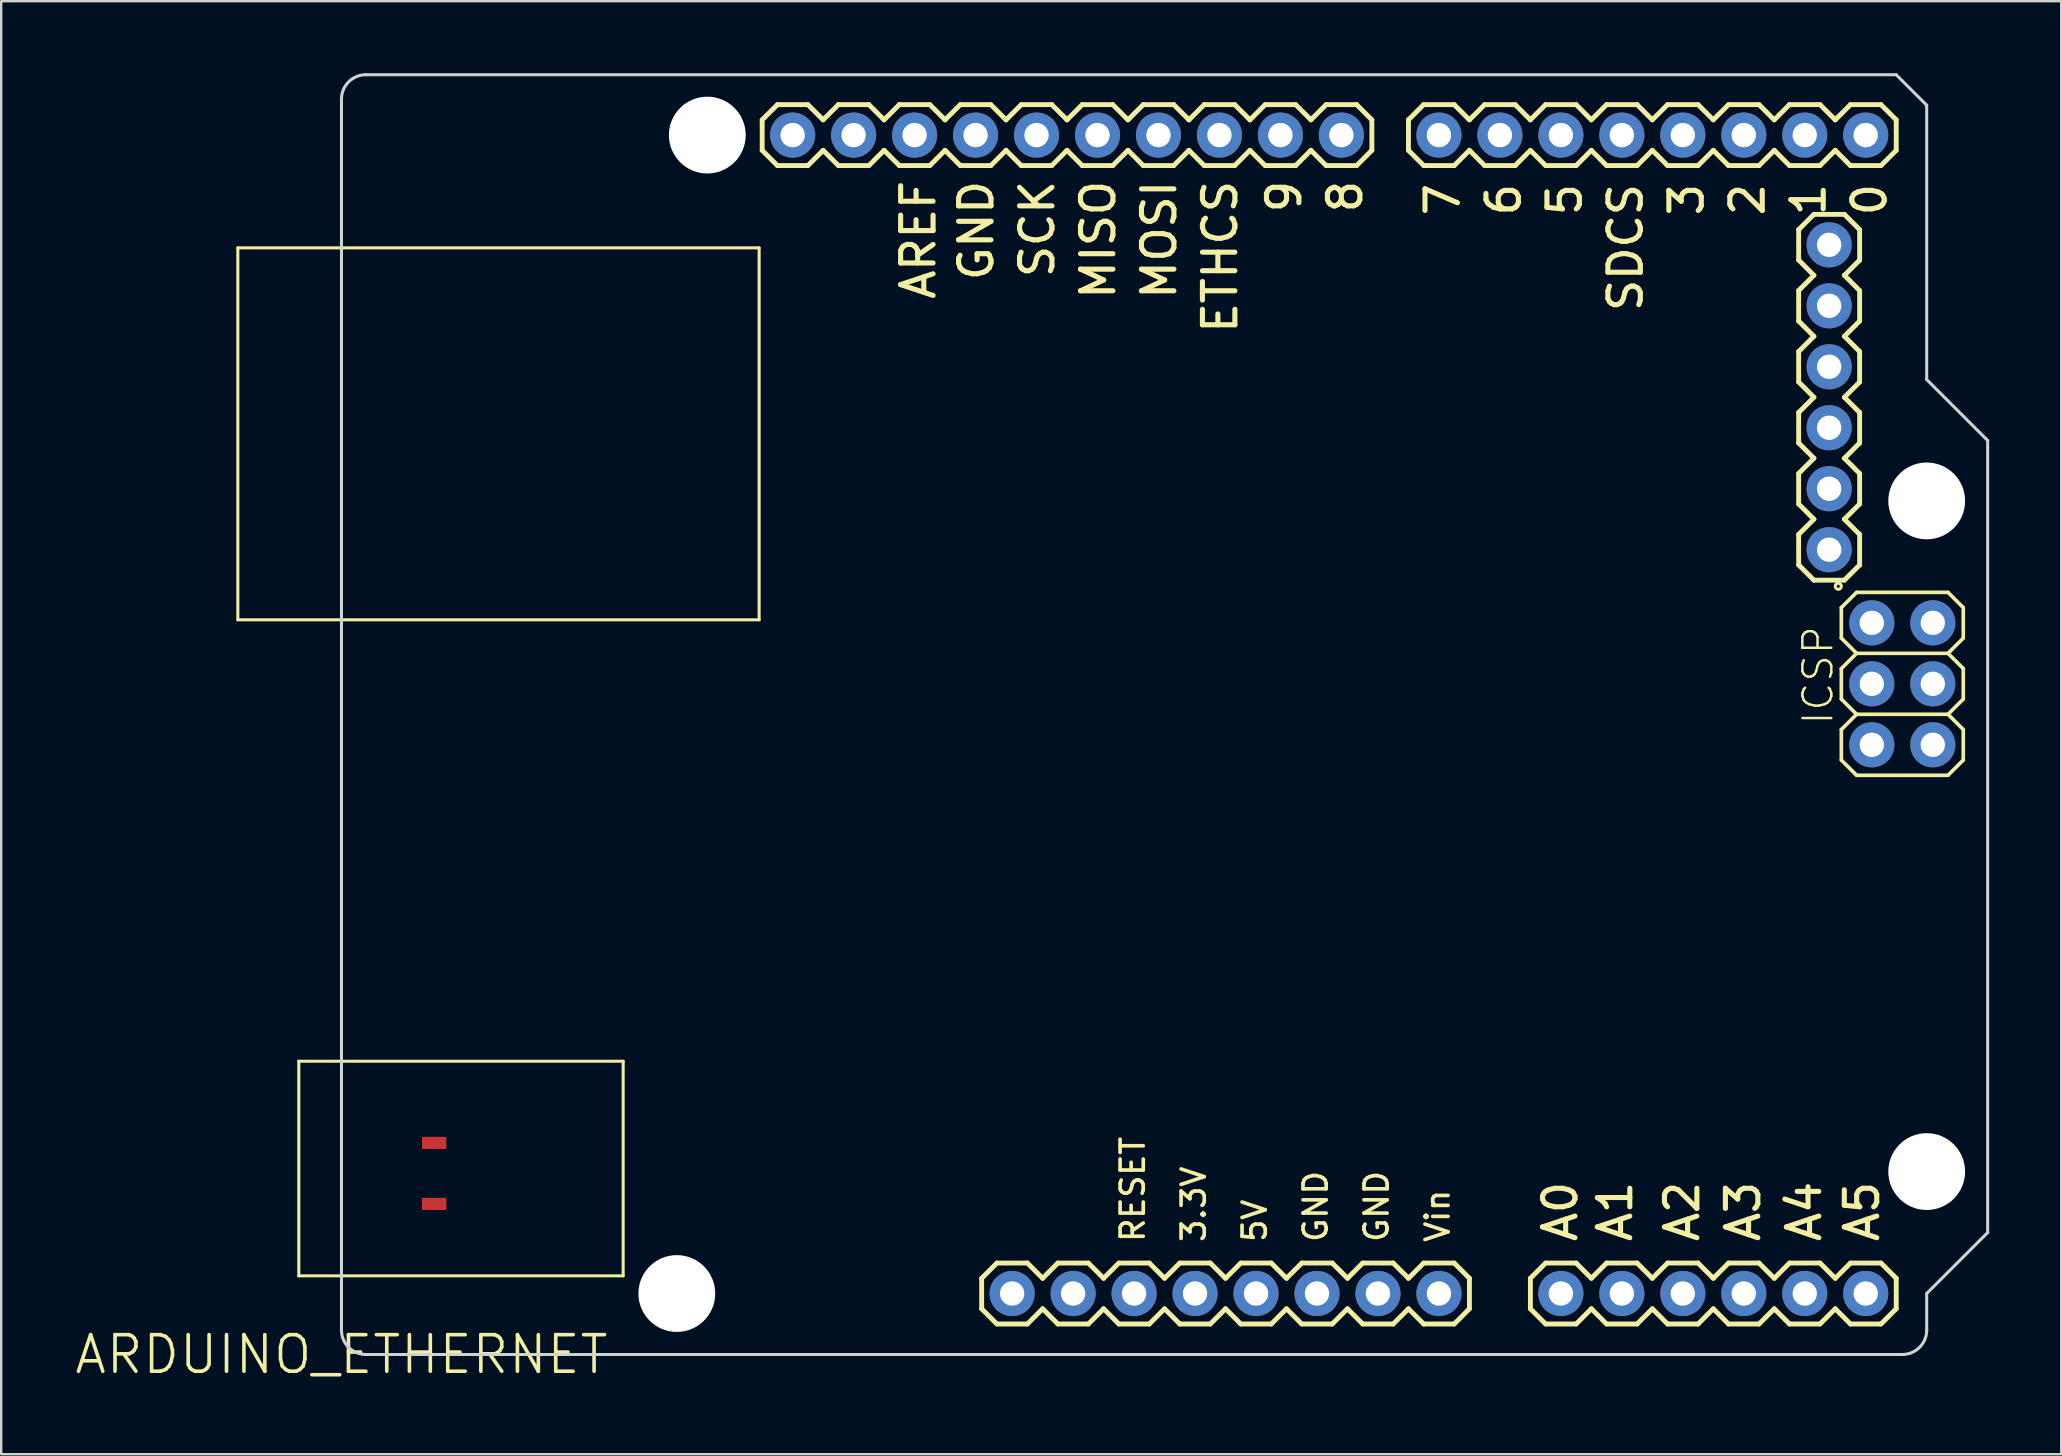
<source format=kicad_pcb>
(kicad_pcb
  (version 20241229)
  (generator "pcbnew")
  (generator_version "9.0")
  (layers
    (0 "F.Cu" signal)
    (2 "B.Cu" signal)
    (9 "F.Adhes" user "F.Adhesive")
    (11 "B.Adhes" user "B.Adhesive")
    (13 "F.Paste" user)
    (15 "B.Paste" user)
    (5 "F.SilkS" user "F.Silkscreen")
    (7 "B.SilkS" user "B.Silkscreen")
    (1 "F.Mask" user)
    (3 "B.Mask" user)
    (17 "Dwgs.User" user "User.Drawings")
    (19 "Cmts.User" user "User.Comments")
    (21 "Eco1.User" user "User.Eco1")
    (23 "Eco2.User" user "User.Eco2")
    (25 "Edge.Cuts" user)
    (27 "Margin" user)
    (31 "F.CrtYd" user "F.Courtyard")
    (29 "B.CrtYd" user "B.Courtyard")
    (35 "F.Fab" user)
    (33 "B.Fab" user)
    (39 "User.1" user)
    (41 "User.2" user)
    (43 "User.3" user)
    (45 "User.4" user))
  (footprint "ARDUINO_ETHERNET"
    (layer "F.Cu")
    (at 11.176 53.378)
    (property "Reference" "ARDUINO_ETHERNET" (at 0 0 0) (layer "F.SilkS") (effects (font (size 1.524 1.524) (thickness 0.15))))
    (attr through_hole)
    (fp_line (start -4.318 -46.101) (end -4.318 -30.607) (stroke (width 0.127) (type solid)) (layer "F.SilkS"))
    (fp_line (start -4.318 -30.607) (end 17.399 -30.607) (stroke (width 0.127) (type solid)) (layer "F.SilkS"))
    (fp_line (start -1.778 -12.217) (end -1.778 -3.277) (stroke (width 0.127) (type solid)) (layer "F.SilkS"))
    (fp_line (start -1.778 -3.277) (end 11.735 -3.277) (stroke (width 0.127) (type solid)) (layer "F.SilkS"))
    (fp_line (start 11.735 -12.217) (end -1.778 -12.217) (stroke (width 0.127) (type solid)) (layer "F.SilkS"))
    (fp_line (start 11.735 -3.277) (end 11.735 -12.217) (stroke (width 0.127) (type solid)) (layer "F.SilkS"))
    (fp_line (start 17.399 -46.101) (end -4.318 -46.101) (stroke (width 0.127) (type solid)) (layer "F.SilkS"))
    (fp_line (start 17.399 -30.607) (end 17.399 -46.101) (stroke (width 0.127) (type solid)) (layer "F.SilkS"))
    (fp_line (start 17.526 -51.435) (end 17.526 -50.165) (stroke (width 0.203) (type solid)) (layer "F.SilkS"))
    (fp_line (start 17.526 -50.165) (end 18.161 -49.53) (stroke (width 0.203) (type solid)) (layer "F.SilkS"))
    (fp_line (start 18.161 -52.07) (end 17.526 -51.435) (stroke (width 0.203) (type solid)) (layer "F.SilkS"))
    (fp_line (start 18.161 -52.07) (end 19.431 -52.07) (stroke (width 0.203) (type solid)) (layer "F.SilkS"))
    (fp_line (start 19.431 -52.07) (end 20.066 -51.435) (stroke (width 0.203) (type solid)) (layer "F.SilkS"))
    (fp_line (start 19.431 -49.53) (end 18.161 -49.53) (stroke (width 0.203) (type solid)) (layer "F.SilkS"))
    (fp_line (start 20.066 -50.165) (end 19.431 -49.53) (stroke (width 0.203) (type solid)) (layer "F.SilkS"))
    (fp_line (start 20.066 -50.165) (end 20.701 -49.53) (stroke (width 0.203) (type solid)) (layer "F.SilkS"))
    (fp_line (start 20.701 -52.07) (end 20.066 -51.435) (stroke (width 0.203) (type solid)) (layer "F.SilkS"))
    (fp_line (start 20.701 -52.07) (end 21.971 -52.07) (stroke (width 0.203) (type solid)) (layer "F.SilkS"))
    (fp_line (start 21.971 -52.07) (end 22.606 -51.435) (stroke (width 0.203) (type solid)) (layer "F.SilkS"))
    (fp_line (start 21.971 -49.53) (end 20.701 -49.53) (stroke (width 0.203) (type solid)) (layer "F.SilkS"))
    (fp_line (start 22.606 -50.165) (end 21.971 -49.53) (stroke (width 0.203) (type solid)) (layer "F.SilkS"))
    (fp_line (start 22.606 -50.165) (end 23.241 -49.53) (stroke (width 0.203) (type solid)) (layer "F.SilkS"))
    (fp_line (start 23.241 -52.07) (end 22.606 -51.435) (stroke (width 0.203) (type solid)) (layer "F.SilkS"))
    (fp_line (start 23.241 -52.07) (end 24.511 -52.07) (stroke (width 0.203) (type solid)) (layer "F.SilkS"))
    (fp_line (start 24.511 -52.07) (end 25.146 -51.435) (stroke (width 0.203) (type solid)) (layer "F.SilkS"))
    (fp_line (start 24.511 -49.53) (end 23.241 -49.53) (stroke (width 0.203) (type solid)) (layer "F.SilkS"))
    (fp_line (start 25.146 -51.435) (end 25.781 -52.07) (stroke (width 0.203) (type solid)) (layer "F.SilkS"))
    (fp_line (start 25.146 -50.165) (end 24.511 -49.53) (stroke (width 0.203) (type solid)) (layer "F.SilkS"))
    (fp_line (start 25.781 -52.07) (end 27.051 -52.07) (stroke (width 0.203) (type solid)) (layer "F.SilkS"))
    (fp_line (start 25.781 -49.53) (end 25.146 -50.165) (stroke (width 0.203) (type solid)) (layer "F.SilkS"))
    (fp_line (start 26.67 -3.175) (end 26.67 -1.905) (stroke (width 0.203) (type solid)) (layer "F.SilkS"))
    (fp_line (start 26.67 -1.905) (end 27.305 -1.27) (stroke (width 0.203) (type solid)) (layer "F.SilkS"))
    (fp_line (start 27.051 -52.07) (end 27.686 -51.435) (stroke (width 0.203) (type solid)) (layer "F.SilkS"))
    (fp_line (start 27.051 -49.53) (end 25.781 -49.53) (stroke (width 0.203) (type solid)) (layer "F.SilkS"))
    (fp_line (start 27.305 -3.81) (end 26.67 -3.175) (stroke (width 0.203) (type solid)) (layer "F.SilkS"))
    (fp_line (start 27.305 -3.81) (end 28.575 -3.81) (stroke (width 0.203) (type solid)) (layer "F.SilkS"))
    (fp_line (start 27.686 -51.435) (end 28.321 -52.07) (stroke (width 0.203) (type solid)) (layer "F.SilkS"))
    (fp_line (start 27.686 -50.165) (end 27.051 -49.53) (stroke (width 0.203) (type solid)) (layer "F.SilkS"))
    (fp_line (start 28.321 -52.07) (end 29.591 -52.07) (stroke (width 0.203) (type solid)) (layer "F.SilkS"))
    (fp_line (start 28.321 -49.53) (end 27.686 -50.165) (stroke (width 0.203) (type solid)) (layer "F.SilkS"))
    (fp_line (start 28.575 -3.81) (end 29.21 -3.175) (stroke (width 0.203) (type solid)) (layer "F.SilkS"))
    (fp_line (start 28.575 -1.27) (end 27.305 -1.27) (stroke (width 0.203) (type solid)) (layer "F.SilkS"))
    (fp_line (start 29.21 -1.905) (end 28.575 -1.27) (stroke (width 0.203) (type solid)) (layer "F.SilkS"))
    (fp_line (start 29.21 -1.905) (end 29.845 -1.27) (stroke (width 0.203) (type solid)) (layer "F.SilkS"))
    (fp_line (start 29.591 -52.07) (end 30.226 -51.435) (stroke (width 0.203) (type solid)) (layer "F.SilkS"))
    (fp_line (start 29.591 -49.53) (end 28.321 -49.53) (stroke (width 0.203) (type solid)) (layer "F.SilkS"))
    (fp_line (start 29.845 -3.81) (end 29.21 -3.175) (stroke (width 0.203) (type solid)) (layer "F.SilkS"))
    (fp_line (start 29.845 -3.81) (end 31.115 -3.81) (stroke (width 0.203) (type solid)) (layer "F.SilkS"))
    (fp_line (start 30.226 -50.165) (end 29.591 -49.53) (stroke (width 0.203) (type solid)) (layer "F.SilkS"))
    (fp_line (start 30.226 -50.165) (end 30.861 -49.53) (stroke (width 0.203) (type solid)) (layer "F.SilkS"))
    (fp_line (start 30.861 -52.07) (end 30.226 -51.435) (stroke (width 0.203) (type solid)) (layer "F.SilkS"))
    (fp_line (start 30.861 -52.07) (end 32.131 -52.07) (stroke (width 0.203) (type solid)) (layer "F.SilkS"))
    (fp_line (start 31.115 -3.81) (end 31.75 -3.175) (stroke (width 0.203) (type solid)) (layer "F.SilkS"))
    (fp_line (start 31.115 -1.27) (end 29.845 -1.27) (stroke (width 0.203) (type solid)) (layer "F.SilkS"))
    (fp_line (start 31.75 -1.905) (end 31.115 -1.27) (stroke (width 0.203) (type solid)) (layer "F.SilkS"))
    (fp_line (start 31.75 -1.905) (end 32.385 -1.27) (stroke (width 0.203) (type solid)) (layer "F.SilkS"))
    (fp_line (start 32.131 -52.07) (end 32.766 -51.435) (stroke (width 0.203) (type solid)) (layer "F.SilkS"))
    (fp_line (start 32.131 -49.53) (end 30.861 -49.53) (stroke (width 0.203) (type solid)) (layer "F.SilkS"))
    (fp_line (start 32.385 -3.81) (end 31.75 -3.175) (stroke (width 0.203) (type solid)) (layer "F.SilkS"))
    (fp_line (start 32.385 -3.81) (end 33.655 -3.81) (stroke (width 0.203) (type solid)) (layer "F.SilkS"))
    (fp_line (start 32.766 -51.435) (end 33.401 -52.07) (stroke (width 0.203) (type solid)) (layer "F.SilkS"))
    (fp_line (start 32.766 -50.165) (end 32.131 -49.53) (stroke (width 0.203) (type solid)) (layer "F.SilkS"))
    (fp_line (start 33.401 -52.07) (end 34.671 -52.07) (stroke (width 0.203) (type solid)) (layer "F.SilkS"))
    (fp_line (start 33.401 -49.53) (end 32.766 -50.165) (stroke (width 0.203) (type solid)) (layer "F.SilkS"))
    (fp_line (start 33.655 -3.81) (end 34.29 -3.175) (stroke (width 0.203) (type solid)) (layer "F.SilkS"))
    (fp_line (start 33.655 -1.27) (end 32.385 -1.27) (stroke (width 0.203) (type solid)) (layer "F.SilkS"))
    (fp_line (start 34.29 -3.175) (end 34.925 -3.81) (stroke (width 0.203) (type solid)) (layer "F.SilkS"))
    (fp_line (start 34.29 -1.905) (end 33.655 -1.27) (stroke (width 0.203) (type solid)) (layer "F.SilkS"))
    (fp_line (start 34.671 -52.07) (end 35.306 -51.435) (stroke (width 0.203) (type solid)) (layer "F.SilkS"))
    (fp_line (start 34.671 -49.53) (end 33.401 -49.53) (stroke (width 0.203) (type solid)) (layer "F.SilkS"))
    (fp_line (start 34.925 -3.81) (end 36.195 -3.81) (stroke (width 0.203) (type solid)) (layer "F.SilkS"))
    (fp_line (start 34.925 -1.27) (end 34.29 -1.905) (stroke (width 0.203) (type solid)) (layer "F.SilkS"))
    (fp_line (start 35.306 -51.435) (end 35.941 -52.07) (stroke (width 0.203) (type solid)) (layer "F.SilkS"))
    (fp_line (start 35.306 -50.165) (end 34.671 -49.53) (stroke (width 0.203) (type solid)) (layer "F.SilkS"))
    (fp_line (start 35.941 -52.07) (end 37.211 -52.07) (stroke (width 0.203) (type solid)) (layer "F.SilkS"))
    (fp_line (start 35.941 -49.53) (end 35.306 -50.165) (stroke (width 0.203) (type solid)) (layer "F.SilkS"))
    (fp_line (start 36.195 -3.81) (end 36.83 -3.175) (stroke (width 0.203) (type solid)) (layer "F.SilkS"))
    (fp_line (start 36.195 -1.27) (end 34.925 -1.27) (stroke (width 0.203) (type solid)) (layer "F.SilkS"))
    (fp_line (start 36.83 -3.175) (end 37.465 -3.81) (stroke (width 0.203) (type solid)) (layer "F.SilkS"))
    (fp_line (start 36.83 -1.905) (end 36.195 -1.27) (stroke (width 0.203) (type solid)) (layer "F.SilkS"))
    (fp_line (start 37.211 -52.07) (end 37.846 -51.435) (stroke (width 0.203) (type solid)) (layer "F.SilkS"))
    (fp_line (start 37.211 -49.53) (end 35.941 -49.53) (stroke (width 0.203) (type solid)) (layer "F.SilkS"))
    (fp_line (start 37.465 -3.81) (end 38.735 -3.81) (stroke (width 0.203) (type solid)) (layer "F.SilkS"))
    (fp_line (start 37.465 -1.27) (end 36.83 -1.905) (stroke (width 0.203) (type solid)) (layer "F.SilkS"))
    (fp_line (start 37.846 -50.165) (end 37.211 -49.53) (stroke (width 0.203) (type solid)) (layer "F.SilkS"))
    (fp_line (start 37.846 -50.165) (end 38.481 -49.53) (stroke (width 0.203) (type solid)) (layer "F.SilkS"))
    (fp_line (start 38.481 -52.07) (end 37.846 -51.435) (stroke (width 0.203) (type solid)) (layer "F.SilkS"))
    (fp_line (start 38.481 -52.07) (end 39.751 -52.07) (stroke (width 0.203) (type solid)) (layer "F.SilkS"))
    (fp_line (start 38.735 -3.81) (end 39.37 -3.175) (stroke (width 0.203) (type solid)) (layer "F.SilkS"))
    (fp_line (start 38.735 -1.27) (end 37.465 -1.27) (stroke (width 0.203) (type solid)) (layer "F.SilkS"))
    (fp_line (start 39.37 -1.905) (end 38.735 -1.27) (stroke (width 0.203) (type solid)) (layer "F.SilkS"))
    (fp_line (start 39.37 -1.905) (end 40.005 -1.27) (stroke (width 0.203) (type solid)) (layer "F.SilkS"))
    (fp_line (start 39.751 -52.07) (end 40.386 -51.435) (stroke (width 0.203) (type solid)) (layer "F.SilkS"))
    (fp_line (start 39.751 -49.53) (end 38.481 -49.53) (stroke (width 0.203) (type solid)) (layer "F.SilkS"))
    (fp_line (start 40.005 -3.81) (end 39.37 -3.175) (stroke (width 0.203) (type solid)) (layer "F.SilkS"))
    (fp_line (start 40.005 -3.81) (end 41.275 -3.81) (stroke (width 0.203) (type solid)) (layer "F.SilkS"))
    (fp_line (start 40.386 -50.165) (end 39.751 -49.53) (stroke (width 0.203) (type solid)) (layer "F.SilkS"))
    (fp_line (start 40.386 -50.165) (end 41.021 -49.53) (stroke (width 0.203) (type solid)) (layer "F.SilkS"))
    (fp_line (start 41.021 -52.07) (end 40.386 -51.435) (stroke (width 0.203) (type solid)) (layer "F.SilkS"))
    (fp_line (start 41.021 -52.07) (end 42.291 -52.07) (stroke (width 0.203) (type solid)) (layer "F.SilkS"))
    (fp_line (start 41.275 -3.81) (end 41.91 -3.175) (stroke (width 0.203) (type solid)) (layer "F.SilkS"))
    (fp_line (start 41.275 -1.27) (end 40.005 -1.27) (stroke (width 0.203) (type solid)) (layer "F.SilkS"))
    (fp_line (start 41.91 -3.175) (end 42.545 -3.81) (stroke (width 0.203) (type solid)) (layer "F.SilkS"))
    (fp_line (start 41.91 -1.905) (end 41.275 -1.27) (stroke (width 0.203) (type solid)) (layer "F.SilkS"))
    (fp_line (start 42.291 -52.07) (end 42.926 -51.435) (stroke (width 0.203) (type solid)) (layer "F.SilkS"))
    (fp_line (start 42.291 -49.53) (end 41.021 -49.53) (stroke (width 0.203) (type solid)) (layer "F.SilkS"))
    (fp_line (start 42.545 -3.81) (end 43.815 -3.81) (stroke (width 0.203) (type solid)) (layer "F.SilkS"))
    (fp_line (start 42.545 -1.27) (end 41.91 -1.905) (stroke (width 0.203) (type solid)) (layer "F.SilkS"))
    (fp_line (start 42.926 -51.435) (end 42.926 -50.165) (stroke (width 0.203) (type solid)) (layer "F.SilkS"))
    (fp_line (start 42.926 -50.165) (end 42.291 -49.53) (stroke (width 0.203) (type solid)) (layer "F.SilkS"))
    (fp_line (start 43.815 -3.81) (end 44.45 -3.175) (stroke (width 0.203) (type solid)) (layer "F.SilkS"))
    (fp_line (start 43.815 -1.27) (end 42.545 -1.27) (stroke (width 0.203) (type solid)) (layer "F.SilkS"))
    (fp_line (start 44.45 -51.435) (end 44.45 -50.165) (stroke (width 0.203) (type solid)) (layer "F.SilkS"))
    (fp_line (start 44.45 -50.165) (end 45.085 -49.53) (stroke (width 0.203) (type solid)) (layer "F.SilkS"))
    (fp_line (start 44.45 -3.175) (end 45.085 -3.81) (stroke (width 0.203) (type solid)) (layer "F.SilkS"))
    (fp_line (start 44.45 -1.905) (end 43.815 -1.27) (stroke (width 0.203) (type solid)) (layer "F.SilkS"))
    (fp_line (start 45.085 -52.07) (end 44.45 -51.435) (stroke (width 0.203) (type solid)) (layer "F.SilkS"))
    (fp_line (start 45.085 -52.07) (end 46.355 -52.07) (stroke (width 0.203) (type solid)) (layer "F.SilkS"))
    (fp_line (start 45.085 -3.81) (end 46.355 -3.81) (stroke (width 0.203) (type solid)) (layer "F.SilkS"))
    (fp_line (start 45.085 -1.27) (end 44.45 -1.905) (stroke (width 0.203) (type solid)) (layer "F.SilkS"))
    (fp_line (start 46.355 -52.07) (end 46.99 -51.435) (stroke (width 0.203) (type solid)) (layer "F.SilkS"))
    (fp_line (start 46.355 -49.53) (end 45.085 -49.53) (stroke (width 0.203) (type solid)) (layer "F.SilkS"))
    (fp_line (start 46.355 -3.81) (end 46.99 -3.175) (stroke (width 0.203) (type solid)) (layer "F.SilkS"))
    (fp_line (start 46.355 -1.27) (end 45.085 -1.27) (stroke (width 0.203) (type solid)) (layer "F.SilkS"))
    (fp_line (start 46.99 -51.435) (end 47.625 -52.07) (stroke (width 0.203) (type solid)) (layer "F.SilkS"))
    (fp_line (start 46.99 -50.165) (end 46.355 -49.53) (stroke (width 0.203) (type solid)) (layer "F.SilkS"))
    (fp_line (start 46.99 -3.175) (end 46.99 -1.905) (stroke (width 0.203) (type solid)) (layer "F.SilkS"))
    (fp_line (start 46.99 -1.905) (end 46.355 -1.27) (stroke (width 0.203) (type solid)) (layer "F.SilkS"))
    (fp_line (start 47.625 -52.07) (end 48.895 -52.07) (stroke (width 0.203) (type solid)) (layer "F.SilkS"))
    (fp_line (start 47.625 -49.53) (end 46.99 -50.165) (stroke (width 0.203) (type solid)) (layer "F.SilkS"))
    (fp_line (start 48.895 -52.07) (end 49.53 -51.435) (stroke (width 0.203) (type solid)) (layer "F.SilkS"))
    (fp_line (start 48.895 -49.53) (end 47.625 -49.53) (stroke (width 0.203) (type solid)) (layer "F.SilkS"))
    (fp_line (start 49.53 -51.435) (end 50.165 -52.07) (stroke (width 0.203) (type solid)) (layer "F.SilkS"))
    (fp_line (start 49.53 -50.165) (end 48.895 -49.53) (stroke (width 0.203) (type solid)) (layer "F.SilkS"))
    (fp_line (start 49.53 -3.175) (end 49.53 -1.905) (stroke (width 0.203) (type solid)) (layer "F.SilkS"))
    (fp_line (start 49.53 -1.905) (end 50.165 -1.27) (stroke (width 0.203) (type solid)) (layer "F.SilkS"))
    (fp_line (start 50.165 -52.07) (end 51.435 -52.07) (stroke (width 0.203) (type solid)) (layer "F.SilkS"))
    (fp_line (start 50.165 -49.53) (end 49.53 -50.165) (stroke (width 0.203) (type solid)) (layer "F.SilkS"))
    (fp_line (start 50.165 -3.81) (end 49.53 -3.175) (stroke (width 0.203) (type solid)) (layer "F.SilkS"))
    (fp_line (start 50.165 -3.81) (end 51.435 -3.81) (stroke (width 0.203) (type solid)) (layer "F.SilkS"))
    (fp_line (start 51.435 -52.07) (end 52.07 -51.435) (stroke (width 0.203) (type solid)) (layer "F.SilkS"))
    (fp_line (start 51.435 -49.53) (end 50.165 -49.53) (stroke (width 0.203) (type solid)) (layer "F.SilkS"))
    (fp_line (start 51.435 -3.81) (end 52.07 -3.175) (stroke (width 0.203) (type solid)) (layer "F.SilkS"))
    (fp_line (start 51.435 -1.27) (end 50.165 -1.27) (stroke (width 0.203) (type solid)) (layer "F.SilkS"))
    (fp_line (start 52.07 -50.165) (end 51.435 -49.53) (stroke (width 0.203) (type solid)) (layer "F.SilkS"))
    (fp_line (start 52.07 -50.165) (end 52.705 -49.53) (stroke (width 0.203) (type solid)) (layer "F.SilkS"))
    (fp_line (start 52.07 -3.175) (end 52.705 -3.81) (stroke (width 0.203) (type solid)) (layer "F.SilkS"))
    (fp_line (start 52.07 -1.905) (end 51.435 -1.27) (stroke (width 0.203) (type solid)) (layer "F.SilkS"))
    (fp_line (start 52.705 -52.07) (end 52.07 -51.435) (stroke (width 0.203) (type solid)) (layer "F.SilkS"))
    (fp_line (start 52.705 -52.07) (end 53.975 -52.07) (stroke (width 0.203) (type solid)) (layer "F.SilkS"))
    (fp_line (start 52.705 -3.81) (end 53.975 -3.81) (stroke (width 0.203) (type solid)) (layer "F.SilkS"))
    (fp_line (start 52.705 -1.27) (end 52.07 -1.905) (stroke (width 0.203) (type solid)) (layer "F.SilkS"))
    (fp_line (start 53.975 -52.07) (end 54.61 -51.435) (stroke (width 0.203) (type solid)) (layer "F.SilkS"))
    (fp_line (start 53.975 -49.53) (end 52.705 -49.53) (stroke (width 0.203) (type solid)) (layer "F.SilkS"))
    (fp_line (start 53.975 -3.81) (end 54.61 -3.175) (stroke (width 0.203) (type solid)) (layer "F.SilkS"))
    (fp_line (start 53.975 -1.27) (end 52.705 -1.27) (stroke (width 0.203) (type solid)) (layer "F.SilkS"))
    (fp_line (start 54.61 -51.435) (end 55.245 -52.07) (stroke (width 0.203) (type solid)) (layer "F.SilkS"))
    (fp_line (start 54.61 -50.165) (end 53.975 -49.53) (stroke (width 0.203) (type solid)) (layer "F.SilkS"))
    (fp_line (start 54.61 -3.175) (end 55.245 -3.81) (stroke (width 0.203) (type solid)) (layer "F.SilkS"))
    (fp_line (start 54.61 -1.905) (end 53.975 -1.27) (stroke (width 0.203) (type solid)) (layer "F.SilkS"))
    (fp_line (start 55.245 -52.07) (end 56.515 -52.07) (stroke (width 0.203) (type solid)) (layer "F.SilkS"))
    (fp_line (start 55.245 -49.53) (end 54.61 -50.165) (stroke (width 0.203) (type solid)) (layer "F.SilkS"))
    (fp_line (start 55.245 -3.81) (end 56.515 -3.81) (stroke (width 0.203) (type solid)) (layer "F.SilkS"))
    (fp_line (start 55.245 -1.27) (end 54.61 -1.905) (stroke (width 0.203) (type solid)) (layer "F.SilkS"))
    (fp_line (start 56.515 -52.07) (end 57.15 -51.435) (stroke (width 0.203) (type solid)) (layer "F.SilkS"))
    (fp_line (start 56.515 -49.53) (end 55.245 -49.53) (stroke (width 0.203) (type solid)) (layer "F.SilkS"))
    (fp_line (start 56.515 -3.81) (end 57.15 -3.175) (stroke (width 0.203) (type solid)) (layer "F.SilkS"))
    (fp_line (start 56.515 -1.27) (end 55.245 -1.27) (stroke (width 0.203) (type solid)) (layer "F.SilkS"))
    (fp_line (start 57.15 -51.435) (end 57.785 -52.07) (stroke (width 0.203) (type solid)) (layer "F.SilkS"))
    (fp_line (start 57.15 -50.165) (end 56.515 -49.53) (stroke (width 0.203) (type solid)) (layer "F.SilkS"))
    (fp_line (start 57.15 -1.905) (end 56.515 -1.27) (stroke (width 0.203) (type solid)) (layer "F.SilkS"))
    (fp_line (start 57.15 -1.905) (end 57.785 -1.27) (stroke (width 0.203) (type solid)) (layer "F.SilkS"))
    (fp_line (start 57.785 -52.07) (end 59.055 -52.07) (stroke (width 0.203) (type solid)) (layer "F.SilkS"))
    (fp_line (start 57.785 -49.53) (end 57.15 -50.165) (stroke (width 0.203) (type solid)) (layer "F.SilkS"))
    (fp_line (start 57.785 -3.81) (end 57.15 -3.175) (stroke (width 0.203) (type solid)) (layer "F.SilkS"))
    (fp_line (start 57.785 -3.81) (end 59.055 -3.81) (stroke (width 0.203) (type solid)) (layer "F.SilkS"))
    (fp_line (start 59.055 -52.07) (end 59.69 -51.435) (stroke (width 0.203) (type solid)) (layer "F.SilkS"))
    (fp_line (start 59.055 -49.53) (end 57.785 -49.53) (stroke (width 0.203) (type solid)) (layer "F.SilkS"))
    (fp_line (start 59.055 -3.81) (end 59.69 -3.175) (stroke (width 0.203) (type solid)) (layer "F.SilkS"))
    (fp_line (start 59.055 -1.27) (end 57.785 -1.27) (stroke (width 0.203) (type solid)) (layer "F.SilkS"))
    (fp_line (start 59.69 -50.165) (end 59.055 -49.53) (stroke (width 0.203) (type solid)) (layer "F.SilkS"))
    (fp_line (start 59.69 -50.165) (end 60.325 -49.53) (stroke (width 0.203) (type solid)) (layer "F.SilkS"))
    (fp_line (start 59.69 -3.175) (end 60.325 -3.81) (stroke (width 0.203) (type solid)) (layer "F.SilkS"))
    (fp_line (start 59.69 -1.905) (end 59.055 -1.27) (stroke (width 0.203) (type solid)) (layer "F.SilkS"))
    (fp_line (start 60.325 -52.07) (end 59.69 -51.435) (stroke (width 0.203) (type solid)) (layer "F.SilkS"))
    (fp_line (start 60.325 -52.07) (end 61.595 -52.07) (stroke (width 0.203) (type solid)) (layer "F.SilkS"))
    (fp_line (start 60.325 -3.81) (end 61.595 -3.81) (stroke (width 0.203) (type solid)) (layer "F.SilkS"))
    (fp_line (start 60.325 -1.27) (end 59.69 -1.905) (stroke (width 0.203) (type solid)) (layer "F.SilkS"))
    (fp_line (start 60.706 -46.863) (end 61.341 -47.498) (stroke (width 0.203) (type solid)) (layer "F.SilkS"))
    (fp_line (start 60.706 -45.593) (end 60.706 -46.863) (stroke (width 0.203) (type solid)) (layer "F.SilkS"))
    (fp_line (start 60.706 -44.323) (end 61.341 -44.958) (stroke (width 0.203) (type solid)) (layer "F.SilkS"))
    (fp_line (start 60.706 -43.053) (end 60.706 -44.323) (stroke (width 0.203) (type solid)) (layer "F.SilkS"))
    (fp_line (start 60.706 -41.783) (end 61.341 -42.418) (stroke (width 0.203) (type solid)) (layer "F.SilkS"))
    (fp_line (start 60.706 -40.513) (end 60.706 -41.783) (stroke (width 0.203) (type solid)) (layer "F.SilkS"))
    (fp_line (start 60.706 -40.513) (end 61.341 -39.878) (stroke (width 0.203) (type solid)) (layer "F.SilkS"))
    (fp_line (start 60.706 -39.243) (end 61.341 -39.878) (stroke (width 0.203) (type solid)) (layer "F.SilkS"))
    (fp_line (start 60.706 -37.973) (end 60.706 -39.243) (stroke (width 0.203) (type solid)) (layer "F.SilkS"))
    (fp_line (start 60.706 -36.703) (end 61.341 -37.338) (stroke (width 0.203) (type solid)) (layer "F.SilkS"))
    (fp_line (start 60.706 -35.433) (end 60.706 -36.703) (stroke (width 0.203) (type solid)) (layer "F.SilkS"))
    (fp_line (start 60.706 -34.163) (end 61.341 -34.798) (stroke (width 0.203) (type solid)) (layer "F.SilkS"))
    (fp_line (start 60.706 -32.893) (end 60.706 -34.163) (stroke (width 0.203) (type solid)) (layer "F.SilkS"))
    (fp_line (start 60.706 -32.893) (end 61.341 -32.258) (stroke (width 0.203) (type solid)) (layer "F.SilkS"))
    (fp_line (start 61.341 -47.498) (end 62.611 -47.498) (stroke (width 0.203) (type solid)) (layer "F.SilkS"))
    (fp_line (start 61.341 -44.958) (end 60.706 -45.593) (stroke (width 0.203) (type solid)) (layer "F.SilkS"))
    (fp_line (start 61.341 -42.418) (end 60.706 -43.053) (stroke (width 0.203) (type solid)) (layer "F.SilkS"))
    (fp_line (start 61.341 -37.338) (end 60.706 -37.973) (stroke (width 0.203) (type solid)) (layer "F.SilkS"))
    (fp_line (start 61.341 -34.798) (end 60.706 -35.433) (stroke (width 0.203) (type solid)) (layer "F.SilkS"))
    (fp_line (start 61.341 -32.258) (end 62.611 -32.258) (stroke (width 0.203) (type solid)) (layer "F.SilkS"))
    (fp_line (start 61.595 -52.07) (end 62.23 -51.435) (stroke (width 0.203) (type solid)) (layer "F.SilkS"))
    (fp_line (start 61.595 -49.53) (end 60.325 -49.53) (stroke (width 0.203) (type solid)) (layer "F.SilkS"))
    (fp_line (start 61.595 -3.81) (end 62.23 -3.175) (stroke (width 0.203) (type solid)) (layer "F.SilkS"))
    (fp_line (start 61.595 -1.27) (end 60.325 -1.27) (stroke (width 0.203) (type solid)) (layer "F.SilkS"))
    (fp_line (start 62.23 -50.165) (end 61.595 -49.53) (stroke (width 0.203) (type solid)) (layer "F.SilkS"))
    (fp_line (start 62.23 -50.165) (end 62.865 -49.53) (stroke (width 0.203) (type solid)) (layer "F.SilkS"))
    (fp_line (start 62.23 -3.175) (end 62.865 -3.81) (stroke (width 0.203) (type solid)) (layer "F.SilkS"))
    (fp_line (start 62.23 -1.905) (end 61.595 -1.27) (stroke (width 0.203) (type solid)) (layer "F.SilkS"))
    (fp_line (start 62.484 -31.115) (end 63.119 -31.75) (stroke (width 0.152) (type solid)) (layer "F.SilkS"))
    (fp_line (start 62.484 -29.845) (end 62.484 -31.115) (stroke (width 0.152) (type solid)) (layer "F.SilkS"))
    (fp_line (start 62.484 -28.575) (end 63.119 -29.21) (stroke (width 0.152) (type solid)) (layer "F.SilkS"))
    (fp_line (start 62.484 -27.305) (end 62.484 -28.575) (stroke (width 0.152) (type solid)) (layer "F.SilkS"))
    (fp_line (start 62.484 -26.035) (end 63.119 -26.67) (stroke (width 0.152) (type solid)) (layer "F.SilkS"))
    (fp_line (start 62.484 -24.765) (end 62.484 -26.035) (stroke (width 0.152) (type solid)) (layer "F.SilkS"))
    (fp_line (start 62.611 -47.498) (end 63.246 -46.863) (stroke (width 0.203) (type solid)) (layer "F.SilkS"))
    (fp_line (start 62.611 -44.958) (end 63.246 -44.323) (stroke (width 0.203) (type solid)) (layer "F.SilkS"))
    (fp_line (start 62.611 -42.418) (end 63.246 -41.783) (stroke (width 0.203) (type solid)) (layer "F.SilkS"))
    (fp_line (start 62.611 -39.878) (end 63.246 -40.513) (stroke (width 0.203) (type solid)) (layer "F.SilkS"))
    (fp_line (start 62.611 -39.878) (end 63.246 -39.243) (stroke (width 0.203) (type solid)) (layer "F.SilkS"))
    (fp_line (start 62.611 -37.338) (end 63.246 -36.703) (stroke (width 0.203) (type solid)) (layer "F.SilkS"))
    (fp_line (start 62.611 -34.798) (end 63.246 -34.163) (stroke (width 0.203) (type solid)) (layer "F.SilkS"))
    (fp_line (start 62.611 -32.258) (end 63.246 -32.893) (stroke (width 0.203) (type solid)) (layer "F.SilkS"))
    (fp_line (start 62.865 -52.07) (end 62.23 -51.435) (stroke (width 0.203) (type solid)) (layer "F.SilkS"))
    (fp_line (start 62.865 -52.07) (end 64.135 -52.07) (stroke (width 0.203) (type solid)) (layer "F.SilkS"))
    (fp_line (start 62.865 -3.81) (end 64.135 -3.81) (stroke (width 0.203) (type solid)) (layer "F.SilkS"))
    (fp_line (start 62.865 -1.27) (end 62.23 -1.905) (stroke (width 0.203) (type solid)) (layer "F.SilkS"))
    (fp_line (start 63.119 -31.75) (end 66.929 -31.75) (stroke (width 0.152) (type solid)) (layer "F.SilkS"))
    (fp_line (start 63.119 -29.21) (end 62.484 -29.845) (stroke (width 0.152) (type solid)) (layer "F.SilkS"))
    (fp_line (start 63.119 -29.21) (end 66.929 -29.21) (stroke (width 0.152) (type solid)) (layer "F.SilkS"))
    (fp_line (start 63.119 -26.67) (end 62.484 -27.305) (stroke (width 0.152) (type solid)) (layer "F.SilkS"))
    (fp_line (start 63.119 -26.67) (end 66.929 -26.67) (stroke (width 0.152) (type solid)) (layer "F.SilkS"))
    (fp_line (start 63.119 -24.13) (end 62.484 -24.765) (stroke (width 0.152) (type solid)) (layer "F.SilkS"))
    (fp_line (start 63.119 -24.13) (end 66.929 -24.13) (stroke (width 0.152) (type solid)) (layer "F.SilkS"))
    (fp_line (start 63.246 -46.863) (end 63.246 -45.593) (stroke (width 0.203) (type solid)) (layer "F.SilkS"))
    (fp_line (start 63.246 -45.593) (end 62.611 -44.958) (stroke (width 0.203) (type solid)) (layer "F.SilkS"))
    (fp_line (start 63.246 -44.323) (end 63.246 -43.053) (stroke (width 0.203) (type solid)) (layer "F.SilkS"))
    (fp_line (start 63.246 -43.053) (end 62.611 -42.418) (stroke (width 0.203) (type solid)) (layer "F.SilkS"))
    (fp_line (start 63.246 -41.783) (end 63.246 -40.513) (stroke (width 0.203) (type solid)) (layer "F.SilkS"))
    (fp_line (start 63.246 -39.243) (end 63.246 -37.973) (stroke (width 0.203) (type solid)) (layer "F.SilkS"))
    (fp_line (start 63.246 -37.973) (end 62.611 -37.338) (stroke (width 0.203) (type solid)) (layer "F.SilkS"))
    (fp_line (start 63.246 -36.703) (end 63.246 -35.433) (stroke (width 0.203) (type solid)) (layer "F.SilkS"))
    (fp_line (start 63.246 -35.433) (end 62.611 -34.798) (stroke (width 0.203) (type solid)) (layer "F.SilkS"))
    (fp_line (start 63.246 -34.163) (end 63.246 -32.893) (stroke (width 0.203) (type solid)) (layer "F.SilkS"))
    (fp_line (start 64.135 -52.07) (end 64.77 -51.435) (stroke (width 0.203) (type solid)) (layer "F.SilkS"))
    (fp_line (start 64.135 -49.53) (end 62.865 -49.53) (stroke (width 0.203) (type solid)) (layer "F.SilkS"))
    (fp_line (start 64.135 -3.81) (end 64.77 -3.175) (stroke (width 0.203) (type solid)) (layer "F.SilkS"))
    (fp_line (start 64.135 -1.27) (end 62.865 -1.27) (stroke (width 0.203) (type solid)) (layer "F.SilkS"))
    (fp_line (start 64.77 -51.435) (end 64.77 -50.165) (stroke (width 0.203) (type solid)) (layer "F.SilkS"))
    (fp_line (start 64.77 -50.165) (end 64.135 -49.53) (stroke (width 0.203) (type solid)) (layer "F.SilkS"))
    (fp_line (start 64.77 -3.175) (end 64.77 -1.905) (stroke (width 0.203) (type solid)) (layer "F.SilkS"))
    (fp_line (start 64.77 -1.905) (end 64.135 -1.27) (stroke (width 0.203) (type solid)) (layer "F.SilkS"))
    (fp_line (start 66.929 -29.21) (end 67.564 -29.845) (stroke (width 0.152) (type solid)) (layer "F.SilkS"))
    (fp_line (start 66.929 -26.67) (end 67.564 -27.305) (stroke (width 0.152) (type solid)) (layer "F.SilkS"))
    (fp_line (start 66.929 -24.13) (end 67.564 -24.765) (stroke (width 0.152) (type solid)) (layer "F.SilkS"))
    (fp_line (start 67.564 -31.115) (end 66.929 -31.75) (stroke (width 0.152) (type solid)) (layer "F.SilkS"))
    (fp_line (start 67.564 -29.845) (end 67.564 -31.115) (stroke (width 0.152) (type solid)) (layer "F.SilkS"))
    (fp_line (start 67.564 -28.575) (end 66.929 -29.21) (stroke (width 0.152) (type solid)) (layer "F.SilkS"))
    (fp_line (start 67.564 -27.305) (end 67.564 -28.575) (stroke (width 0.152) (type solid)) (layer "F.SilkS"))
    (fp_line (start 67.564 -26.035) (end 66.929 -26.67) (stroke (width 0.152) (type solid)) (layer "F.SilkS"))
    (fp_line (start 67.564 -24.765) (end 67.564 -26.035) (stroke (width 0.152) (type solid)) (layer "F.SilkS"))
    (fp_circle (center 62.357 -32.004) (end 62.484 -32.004) (stroke (width 0.127) (type solid)) (fill no) (layer "F.SilkS"))
    (fp_poly (pts (xy 18.542 -50.546) (xy 19.05 -50.546) (xy 19.05 -51.054) (xy 18.542 -51.054)) (stroke (width 0.1) (type solid)) (fill no) (layer "Dwgs.User"))
    (fp_poly (pts (xy 21.082 -50.546) (xy 21.59 -50.546) (xy 21.59 -51.054) (xy 21.082 -51.054)) (stroke (width 0.1) (type solid)) (fill no) (layer "Dwgs.User"))
    (fp_poly (pts (xy 23.622 -50.546) (xy 24.13 -50.546) (xy 24.13 -51.054) (xy 23.622 -51.054)) (stroke (width 0.1) (type solid)) (fill no) (layer "Dwgs.User"))
    (fp_poly (pts (xy 26.162 -50.546) (xy 26.67 -50.546) (xy 26.67 -51.054) (xy 26.162 -51.054)) (stroke (width 0.1) (type solid)) (fill no) (layer "Dwgs.User"))
    (fp_poly (pts (xy 27.686 -2.286) (xy 28.194 -2.286) (xy 28.194 -2.794) (xy 27.686 -2.794)) (stroke (width 0.1) (type solid)) (fill no) (layer "Dwgs.User"))
    (fp_poly (pts (xy 28.702 -50.546) (xy 29.21 -50.546) (xy 29.21 -51.054) (xy 28.702 -51.054)) (stroke (width 0.1) (type solid)) (fill no) (layer "Dwgs.User"))
    (fp_poly (pts (xy 30.226 -2.286) (xy 30.734 -2.286) (xy 30.734 -2.794) (xy 30.226 -2.794)) (stroke (width 0.1) (type solid)) (fill no) (layer "Dwgs.User"))
    (fp_poly (pts (xy 31.242 -50.546) (xy 31.75 -50.546) (xy 31.75 -51.054) (xy 31.242 -51.054)) (stroke (width 0.1) (type solid)) (fill no) (layer "Dwgs.User"))
    (fp_poly (pts (xy 32.766 -2.286) (xy 33.274 -2.286) (xy 33.274 -2.794) (xy 32.766 -2.794)) (stroke (width 0.1) (type solid)) (fill no) (layer "Dwgs.User"))
    (fp_poly (pts (xy 33.782 -50.546) (xy 34.29 -50.546) (xy 34.29 -51.054) (xy 33.782 -51.054)) (stroke (width 0.1) (type solid)) (fill no) (layer "Dwgs.User"))
    (fp_poly (pts (xy 35.306 -2.286) (xy 35.814 -2.286) (xy 35.814 -2.794) (xy 35.306 -2.794)) (stroke (width 0.1) (type solid)) (fill no) (layer "Dwgs.User"))
    (fp_poly (pts (xy 36.322 -50.546) (xy 36.83 -50.546) (xy 36.83 -51.054) (xy 36.322 -51.054)) (stroke (width 0.1) (type solid)) (fill no) (layer "Dwgs.User"))
    (fp_poly (pts (xy 37.846 -2.286) (xy 38.354 -2.286) (xy 38.354 -2.794) (xy 37.846 -2.794)) (stroke (width 0.1) (type solid)) (fill no) (layer "Dwgs.User"))
    (fp_poly (pts (xy 38.862 -50.546) (xy 39.37 -50.546) (xy 39.37 -51.054) (xy 38.862 -51.054)) (stroke (width 0.1) (type solid)) (fill no) (layer "Dwgs.User"))
    (fp_poly (pts (xy 40.386 -2.286) (xy 40.894 -2.286) (xy 40.894 -2.794) (xy 40.386 -2.794)) (stroke (width 0.1) (type solid)) (fill no) (layer "Dwgs.User"))
    (fp_poly (pts (xy 41.402 -50.546) (xy 41.91 -50.546) (xy 41.91 -51.054) (xy 41.402 -51.054)) (stroke (width 0.1) (type solid)) (fill no) (layer "Dwgs.User"))
    (fp_poly (pts (xy 42.926 -2.286) (xy 43.434 -2.286) (xy 43.434 -2.794) (xy 42.926 -2.794)) (stroke (width 0.1) (type solid)) (fill no) (layer "Dwgs.User"))
    (fp_poly (pts (xy 45.466 -50.546) (xy 45.974 -50.546) (xy 45.974 -51.054) (xy 45.466 -51.054)) (stroke (width 0.1) (type solid)) (fill no) (layer "Dwgs.User"))
    (fp_poly (pts (xy 45.466 -2.286) (xy 45.974 -2.286) (xy 45.974 -2.794) (xy 45.466 -2.794)) (stroke (width 0.1) (type solid)) (fill no) (layer "Dwgs.User"))
    (fp_poly (pts (xy 48.006 -50.546) (xy 48.514 -50.546) (xy 48.514 -51.054) (xy 48.006 -51.054)) (stroke (width 0.1) (type solid)) (fill no) (layer "Dwgs.User"))
    (fp_poly (pts (xy 50.546 -50.546) (xy 51.054 -50.546) (xy 51.054 -51.054) (xy 50.546 -51.054)) (stroke (width 0.1) (type solid)) (fill no) (layer "Dwgs.User"))
    (fp_poly (pts (xy 50.546 -2.286) (xy 51.054 -2.286) (xy 51.054 -2.794) (xy 50.546 -2.794)) (stroke (width 0.1) (type solid)) (fill no) (layer "Dwgs.User"))
    (fp_poly (pts (xy 53.086 -50.546) (xy 53.594 -50.546) (xy 53.594 -51.054) (xy 53.086 -51.054)) (stroke (width 0.1) (type solid)) (fill no) (layer "Dwgs.User"))
    (fp_poly (pts (xy 53.086 -2.286) (xy 53.594 -2.286) (xy 53.594 -2.794) (xy 53.086 -2.794)) (stroke (width 0.1) (type solid)) (fill no) (layer "Dwgs.User"))
    (fp_poly (pts (xy 55.626 -50.546) (xy 56.134 -50.546) (xy 56.134 -51.054) (xy 55.626 -51.054)) (stroke (width 0.1) (type solid)) (fill no) (layer "Dwgs.User"))
    (fp_poly (pts (xy 55.626 -2.286) (xy 56.134 -2.286) (xy 56.134 -2.794) (xy 55.626 -2.794)) (stroke (width 0.1) (type solid)) (fill no) (layer "Dwgs.User"))
    (fp_poly (pts (xy 58.166 -50.546) (xy 58.674 -50.546) (xy 58.674 -51.054) (xy 58.166 -51.054)) (stroke (width 0.1) (type solid)) (fill no) (layer "Dwgs.User"))
    (fp_poly (pts (xy 58.166 -2.286) (xy 58.674 -2.286) (xy 58.674 -2.794) (xy 58.166 -2.794)) (stroke (width 0.1) (type solid)) (fill no) (layer "Dwgs.User"))
    (fp_poly (pts (xy 60.706 -50.546) (xy 61.214 -50.546) (xy 61.214 -51.054) (xy 60.706 -51.054)) (stroke (width 0.1) (type solid)) (fill no) (layer "Dwgs.User"))
    (fp_poly (pts (xy 60.706 -2.286) (xy 61.214 -2.286) (xy 61.214 -2.794) (xy 60.706 -2.794)) (stroke (width 0.1) (type solid)) (fill no) (layer "Dwgs.User"))
    (fp_poly (pts (xy 61.722 -45.974) (xy 62.23 -45.974) (xy 62.23 -46.482) (xy 61.722 -46.482)) (stroke (width 0.1) (type solid)) (fill no) (layer "Dwgs.User"))
    (fp_poly (pts (xy 61.722 -43.434) (xy 62.23 -43.434) (xy 62.23 -43.942) (xy 61.722 -43.942)) (stroke (width 0.1) (type solid)) (fill no) (layer "Dwgs.User"))
    (fp_poly (pts (xy 61.722 -40.894) (xy 62.23 -40.894) (xy 62.23 -41.402) (xy 61.722 -41.402)) (stroke (width 0.1) (type solid)) (fill no) (layer "Dwgs.User"))
    (fp_poly (pts (xy 61.722 -38.354) (xy 62.23 -38.354) (xy 62.23 -38.862) (xy 61.722 -38.862)) (stroke (width 0.1) (type solid)) (fill no) (layer "Dwgs.User"))
    (fp_poly (pts (xy 61.722 -35.814) (xy 62.23 -35.814) (xy 62.23 -36.322) (xy 61.722 -36.322)) (stroke (width 0.1) (type solid)) (fill no) (layer "Dwgs.User"))
    (fp_poly (pts (xy 61.722 -33.274) (xy 62.23 -33.274) (xy 62.23 -33.782) (xy 61.722 -33.782)) (stroke (width 0.1) (type solid)) (fill no) (layer "Dwgs.User"))
    (fp_poly (pts (xy 63.246 -50.546) (xy 63.754 -50.546) (xy 63.754 -51.054) (xy 63.246 -51.054)) (stroke (width 0.1) (type solid)) (fill no) (layer "Dwgs.User"))
    (fp_poly (pts (xy 63.246 -2.286) (xy 63.754 -2.286) (xy 63.754 -2.794) (xy 63.246 -2.794)) (stroke (width 0.1) (type solid)) (fill no) (layer "Dwgs.User"))
    (fp_poly (pts (xy 63.5 -30.226) (xy 64.008 -30.226) (xy 64.008 -30.734) (xy 63.5 -30.734)) (stroke (width 0.1) (type solid)) (fill no) (layer "Dwgs.User"))
    (fp_poly (pts (xy 63.5 -27.686) (xy 64.008 -27.686) (xy 64.008 -28.194) (xy 63.5 -28.194)) (stroke (width 0.1) (type solid)) (fill no) (layer "Dwgs.User"))
    (fp_poly (pts (xy 63.5 -25.146) (xy 64.008 -25.146) (xy 64.008 -25.654) (xy 63.5 -25.654)) (stroke (width 0.1) (type solid)) (fill no) (layer "Dwgs.User"))
    (fp_poly (pts (xy 66.04 -30.226) (xy 66.548 -30.226) (xy 66.548 -30.734) (xy 66.04 -30.734)) (stroke (width 0.1) (type solid)) (fill no) (layer "Dwgs.User"))
    (fp_poly (pts (xy 66.04 -27.686) (xy 66.548 -27.686) (xy 66.548 -28.194) (xy 66.04 -28.194)) (stroke (width 0.1) (type solid)) (fill no) (layer "Dwgs.User"))
    (fp_poly (pts (xy 66.04 -25.146) (xy 66.548 -25.146) (xy 66.548 -25.654) (xy 66.04 -25.654)) (stroke (width 0.1) (type solid)) (fill no) (layer "Dwgs.User"))
    (fp_line (start 0 -1.016) (end 0 -52.299) (stroke (width 0.127) (type solid)) (layer "Edge.Cuts"))
    (fp_line (start 1.016 -53.315) (end 64.77 -53.315) (stroke (width 0.127) (type solid)) (layer "Edge.Cuts"))
    (fp_line (start 64.77 -53.315) (end 66.04 -52.045) (stroke (width 0.127) (type solid)) (layer "Edge.Cuts"))
    (fp_line (start 65.024 0) (end 1.016 0) (stroke (width 0.127) (type solid)) (layer "Edge.Cuts"))
    (fp_line (start 66.04 -52.045) (end 66.04 -40.615) (stroke (width 0.127) (type solid)) (layer "Edge.Cuts"))
    (fp_line (start 66.04 -40.615) (end 68.58 -38.075) (stroke (width 0.127) (type solid)) (layer "Edge.Cuts"))
    (fp_line (start 66.04 -2.54) (end 66.04 -1.016) (stroke (width 0.127) (type solid)) (layer "Edge.Cuts"))
    (fp_line (start 68.58 -38.075) (end 68.58 -5.08) (stroke (width 0.127) (type solid)) (layer "Edge.Cuts"))
    (fp_line (start 68.58 -5.08) (end 66.04 -2.54) (stroke (width 0.127) (type solid)) (layer "Edge.Cuts"))
    (fp_arc (start 0 -52.2986) (mid 0.29758 -53.01702) (end 1.016 -53.3146) (stroke (width 0.127) (type solid)) (layer "Edge.Cuts"))
    (fp_arc (start 1.016 0) (mid 0.29758 -0.29758) (end 0 -1.016) (stroke (width 0.127) (type solid)) (layer "Edge.Cuts"))
    (fp_arc (start 66.04 -1.016) (mid 65.74242 -0.29758) (end 65.024 0) (stroke (width 0.127) (type solid)) (layer "Edge.Cuts"))
    (fp_text user "A1" (at 53.848 -4.597 90) (layer "F.SilkS") (effects (font (size 1.351 1.351) (thickness 0.213)) (justify left bottom)))
    (fp_text user "SCK" (at 28.194 -49.022 90) (layer "F.SilkS") (effects (font (size 1.351 1.351) (thickness 0.213)) (justify right top)))
    (fp_text user "MISO" (at 30.734 -49.022 90) (layer "F.SilkS") (effects (font (size 1.351 1.351) (thickness 0.213)) (justify right top)))
    (fp_text user "6" (at 47.625 -48.895 90) (layer "F.SilkS") (effects (font (size 1.351 1.351) (thickness 0.213)) (justify right top)))
    (fp_text user "AREF" (at 23.241 -49.022 90) (layer "F.SilkS") (effects (font (size 1.351 1.351) (thickness 0.213)) (justify right top)))
    (fp_text user "A3" (at 59.182 -4.597 90) (layer "F.SilkS") (effects (font (size 1.351 1.351) (thickness 0.213)) (justify left bottom)))
    (fp_text user "ICSP" (at 60.808 -30.429 90) (layer "F.SilkS") (effects (font (size 1.206 1.206) (thickness 0.102)) (justify right top)))
    (fp_text user "5V" (at 38.608 -4.597 90) (layer "F.SilkS") (effects (font (size 0.965 0.965) (thickness 0.152)) (justify left bottom)))
    (fp_text user "A0" (at 51.562 -4.597 90) (layer "F.SilkS") (effects (font (size 1.351 1.351) (thickness 0.213)) (justify left bottom)))
    (fp_text user "SDCS" (at 52.705 -48.895 90) (layer "F.SilkS") (effects (font (size 1.351 1.351) (thickness 0.213)) (justify right top)))
    (fp_text user "ETHCS" (at 35.814 -49.022 90) (layer "F.SilkS") (effects (font (size 1.351 1.351) (thickness 0.213)) (justify right top)))
    (fp_text user "2" (at 57.785 -48.895 90) (layer "F.SilkS") (effects (font (size 1.351 1.351) (thickness 0.213)) (justify right top)))
    (fp_text user "A2" (at 56.642 -4.597 90) (layer "F.SilkS") (effects (font (size 1.351 1.351) (thickness 0.213)) (justify left bottom)))
    (fp_text user "A4" (at 61.722 -4.597 90) (layer "F.SilkS") (effects (font (size 1.351 1.351) (thickness 0.213)) (justify left bottom)))
    (fp_text user "A5" (at 64.135 -4.597 90) (layer "F.SilkS") (effects (font (size 1.351 1.351) (thickness 0.213)) (justify left bottom)))
    (fp_text user "Vin" (at 46.228 -4.597 90) (layer "F.SilkS") (effects (font (size 0.965 0.965) (thickness 0.152)) (justify left bottom)))
    (fp_text user "9" (at 38.481 -49.022 90) (layer "F.SilkS") (effects (font (size 1.351 1.351) (thickness 0.213)) (justify right top)))
    (fp_text user "3.3V" (at 36.068 -4.597 90) (layer "F.SilkS") (effects (font (size 0.965 0.965) (thickness 0.152)) (justify left bottom)))
    (fp_text user "MOSI" (at 33.274 -49.022 90) (layer "F.SilkS") (effects (font (size 1.351 1.351) (thickness 0.213)) (justify right top)))
    (fp_text user "5" (at 50.165 -48.895 90) (layer "F.SilkS") (effects (font (size 1.351 1.351) (thickness 0.213)) (justify right top)))
    (fp_text user "GND" (at 25.654 -49.022 90) (layer "F.SilkS") (effects (font (size 1.351 1.351) (thickness 0.213)) (justify right top)))
    (fp_text user "8" (at 41.021 -49.022 90) (layer "F.SilkS") (effects (font (size 1.351 1.351) (thickness 0.213)) (justify right top)))
    (fp_text user "7" (at 45.085 -48.895 90) (layer "F.SilkS") (effects (font (size 1.351 1.351) (thickness 0.213)) (justify right top)))
    (fp_text user "GND" (at 43.688 -4.597 90) (layer "F.SilkS") (effects (font (size 0.965 0.965) (thickness 0.152)) (justify left bottom)))
    (fp_text user "GND" (at 41.148 -4.597 90) (layer "F.SilkS") (effects (font (size 0.965 0.965) (thickness 0.152)) (justify left bottom)))
    (fp_text user "0" (at 62.865 -48.895 90) (layer "F.SilkS") (effects (font (size 1.351 1.351) (thickness 0.213)) (justify right top)))
    (fp_text user "3" (at 55.245 -48.895 90) (layer "F.SilkS") (effects (font (size 1.351 1.351) (thickness 0.213)) (justify right top)))
    (fp_text user "RESET" (at 33.528 -4.597 90) (layer "F.SilkS") (effects (font (size 0.965 0.965) (thickness 0.152)) (justify left bottom)))
    (fp_text user "1" (at 60.325 -48.895 90) (layer "F.SilkS") (effects (font (size 1.351 1.351) (thickness 0.213)) (justify right top)))
    (fp_text user "Ethernet" (at 24.333 -28.55 0) (layer "Edge.Cuts") (effects (font (size 2.413 2.413) (thickness 0.203)) (justify left bottom)))
    (fp_text user "Arduino" (at 24.333 -32.436 0) (layer "Edge.Cuts") (effects (font (size 2.413 2.413) (thickness 0.203)) (justify left bottom)))
    (pad "" np_thru_hole circle (at 13.97 -2.54) (size 3.2 3.2) (drill 3.2) (layers "*.Cu"))
    (pad "" np_thru_hole circle (at 15.24 -50.8) (size 3.2 3.2) (drill 3.2) (layers "*.Cu"))
    (pad "" np_thru_hole circle (at 66.04 -35.56) (size 3.2 3.2) (drill 3.2) (layers "*.Cu"))
    (pad "" np_thru_hole circle (at 66.04 -7.62) (size 3.2 3.2) (drill 3.2) (layers "*.Cu"))
    (pad "(N/C" thru_hole circle (at 27.94 -2.54 90) (size 1.88 1.88) (drill 1.016) (layers "*.Cu" "*.Mask"))
    (pad "+5V." thru_hole circle (at 66.294 -30.48 90) (size 1.88 1.88) (drill 1.016) (layers "*.Cu" "*.Mask"))
    (pad ".GND" thru_hole circle (at 61.976 -46.228 180) (size 1.88 1.88) (drill 1.016) (layers "*.Cu" "*.Mask"))
    (pad "0" thru_hole circle (at 63.5 -50.8 90) (size 1.88 1.88) (drill 1.016) (layers "*.Cu" "*.Mask"))
    (pad "1" thru_hole circle (at 60.96 -50.8 90) (size 1.88 1.88) (drill 1.016) (layers "*.Cu" "*.Mask"))
    (pad "2" thru_hole circle (at 58.42 -50.8 90) (size 1.88 1.88) (drill 1.016) (layers "*.Cu" "*.Mask"))
    (pad "3" thru_hole circle (at 55.88 -50.8 90) (size 1.88 1.88) (drill 1.016) (layers "*.Cu" "*.Mask"))
    (pad "3.3V" thru_hole circle (at 35.56 -2.54 90) (size 1.88 1.88) (drill 1.016) (layers "*.Cu" "*.Mask"))
    (pad "4" thru_hole circle (at 53.34 -50.8 90) (size 1.88 1.88) (drill 1.016) (layers "*.Cu" "*.Mask"))
    (pad "5" thru_hole circle (at 50.8 -50.8 90) (size 1.88 1.88) (drill 1.016) (layers "*.Cu" "*.Mask"))
    (pad "5V" thru_hole circle (at 38.1 -2.54 90) (size 1.88 1.88) (drill 1.016) (layers "*.Cu" "*.Mask"))
    (pad "5V." thru_hole circle (at 61.976 -41.148 180) (size 1.88 1.88) (drill 1.016) (layers "*.Cu" "*.Mask"))
    (pad "6" thru_hole circle (at 48.26 -50.8 90) (size 1.88 1.88) (drill 1.016) (layers "*.Cu" "*.Mask"))
    (pad "7" thru_hole circle (at 45.72 -50.8 90) (size 1.88 1.88) (drill 1.016) (layers "*.Cu" "*.Mask"))
    (pad "8" thru_hole circle (at 41.656 -50.8 90) (size 1.88 1.88) (drill 1.016) (layers "*.Cu" "*.Mask"))
    (pad "9" thru_hole circle (at 39.116 -50.8 90) (size 1.88 1.88) (drill 1.016) (layers "*.Cu" "*.Mask"))
    (pad "<PWR" smd rect (at 3.861 -8.814) (size 1.016 0.508) (layers "F.Cu" "F.Mask" "F.Paste"))
    (pad "<PWR" smd rect (at 3.861 -6.274) (size 1.016 0.508) (layers "F.Cu" "F.Mask" "F.Paste"))
    (pad "A0" thru_hole circle (at 50.8 -2.54 90) (size 1.88 1.88) (drill 1.016) (layers "*.Cu" "*.Mask"))
    (pad "A1" thru_hole circle (at 53.34 -2.54 90) (size 1.88 1.88) (drill 1.016) (layers "*.Cu" "*.Mask"))
    (pad "A2" thru_hole circle (at 55.88 -2.54 90) (size 1.88 1.88) (drill 1.016) (layers "*.Cu" "*.Mask"))
    (pad "A3" thru_hole circle (at 58.42 -2.54 90) (size 1.88 1.88) (drill 1.016) (layers "*.Cu" "*.Mask"))
    (pad "A4" thru_hole circle (at 60.96 -2.54 90) (size 1.88 1.88) (drill 1.016) (layers "*.Cu" "*.Mask"))
    (pad "A5" thru_hole circle (at 63.5 -2.54 90) (size 1.88 1.88) (drill 1.016) (layers "*.Cu" "*.Mask"))
    (pad "AREF" thru_hole circle (at 23.876 -50.8 90) (size 1.88 1.88) (drill 1.016) (layers "*.Cu" "*.Mask"))
    (pad "ETHC" thru_hole circle (at 36.576 -50.8 90) (size 1.88 1.88) (drill 1.016) (layers "*.Cu" "*.Mask"))
    (pad "GND" thru_hole circle (at 26.416 -50.8 90) (size 1.88 1.88) (drill 1.016) (layers "*.Cu" "*.Mask"))
    (pad "GND." thru_hole circle (at 40.64 -2.54 90) (size 1.88 1.88) (drill 1.016) (layers "*.Cu" "*.Mask"))
    (pad "GND." thru_hole circle (at 43.18 -2.54 90) (size 1.88 1.88) (drill 1.016) (layers "*.Cu" "*.Mask"))
    (pad "GND_" thru_hole circle (at 66.294 -25.4 90) (size 1.88 1.88) (drill 1.016) (layers "*.Cu" "*.Mask"))
    (pad "I/OR" thru_hole circle (at 30.48 -2.54 90) (size 1.88 1.88) (drill 1.016) (layers "*.Cu" "*.Mask"))
    (pad "MISO" thru_hole circle (at 31.496 -50.8 90) (size 1.88 1.88) (drill 1.016) (layers "*.Cu" "*.Mask"))
    (pad "MISO" thru_hole circle (at 63.754 -30.48 90) (size 1.88 1.88) (drill 1.016) (layers "*.Cu" "*.Mask"))
    (pad "MOSI" thru_hole circle (at 34.036 -50.8 90) (size 1.88 1.88) (drill 1.016) (layers "*.Cu" "*.Mask"))
    (pad "MOSI" thru_hole circle (at 66.294 -27.94 90) (size 1.88 1.88) (drill 1.016) (layers "*.Cu" "*.Mask"))
    (pad "N/C" thru_hole circle (at 61.976 -43.688 180) (size 1.88 1.88) (drill 1.016) (layers "*.Cu" "*.Mask"))
    (pad "PD0" thru_hole circle (at 61.976 -38.608 180) (size 1.88 1.88) (drill 1.016) (layers "*.Cu" "*.Mask"))
    (pad "PD1" thru_hole circle (at 61.976 -36.068 180) (size 1.88 1.88) (drill 1.016) (layers "*.Cu" "*.Mask"))
    (pad "RESE" thru_hole circle (at 33.02 -2.54 90) (size 1.88 1.88) (drill 1.016) (layers "*.Cu" "*.Mask"))
    (pad "RESE" thru_hole circle (at 63.754 -25.4 90) (size 1.88 1.88) (drill 1.016) (layers "*.Cu" "*.Mask"))
    (pad "RTS" thru_hole circle (at 61.976 -33.528 180) (size 1.88 1.88) (drill 1.016) (layers "*.Cu" "*.Mask"))
    (pad "SCK" thru_hole circle (at 28.956 -50.8 90) (size 1.88 1.88) (drill 1.016) (layers "*.Cu" "*.Mask"))
    (pad "SCK." thru_hole circle (at 63.754 -27.94 90) (size 1.88 1.88) (drill 1.016) (layers "*.Cu" "*.Mask"))
    (pad "SCL" thru_hole circle (at 18.796 -50.8 90) (size 1.88 1.88) (drill 1.016) (layers "*.Cu" "*.Mask"))
    (pad "SDA" thru_hole circle (at 21.336 -50.8 90) (size 1.88 1.88) (drill 1.016) (layers "*.Cu" "*.Mask"))
    (pad "VIN" thru_hole circle (at 45.72 -2.54 90) (size 1.88 1.88) (drill 1.016) (layers "*.Cu" "*.Mask")))
  (gr_rect
    (start -3 -3)
    (end 82.82 57.533)
    (stroke (width 0.1) (type default))
    (fill no)
    (layer "Edge.Cuts")))
</source>
